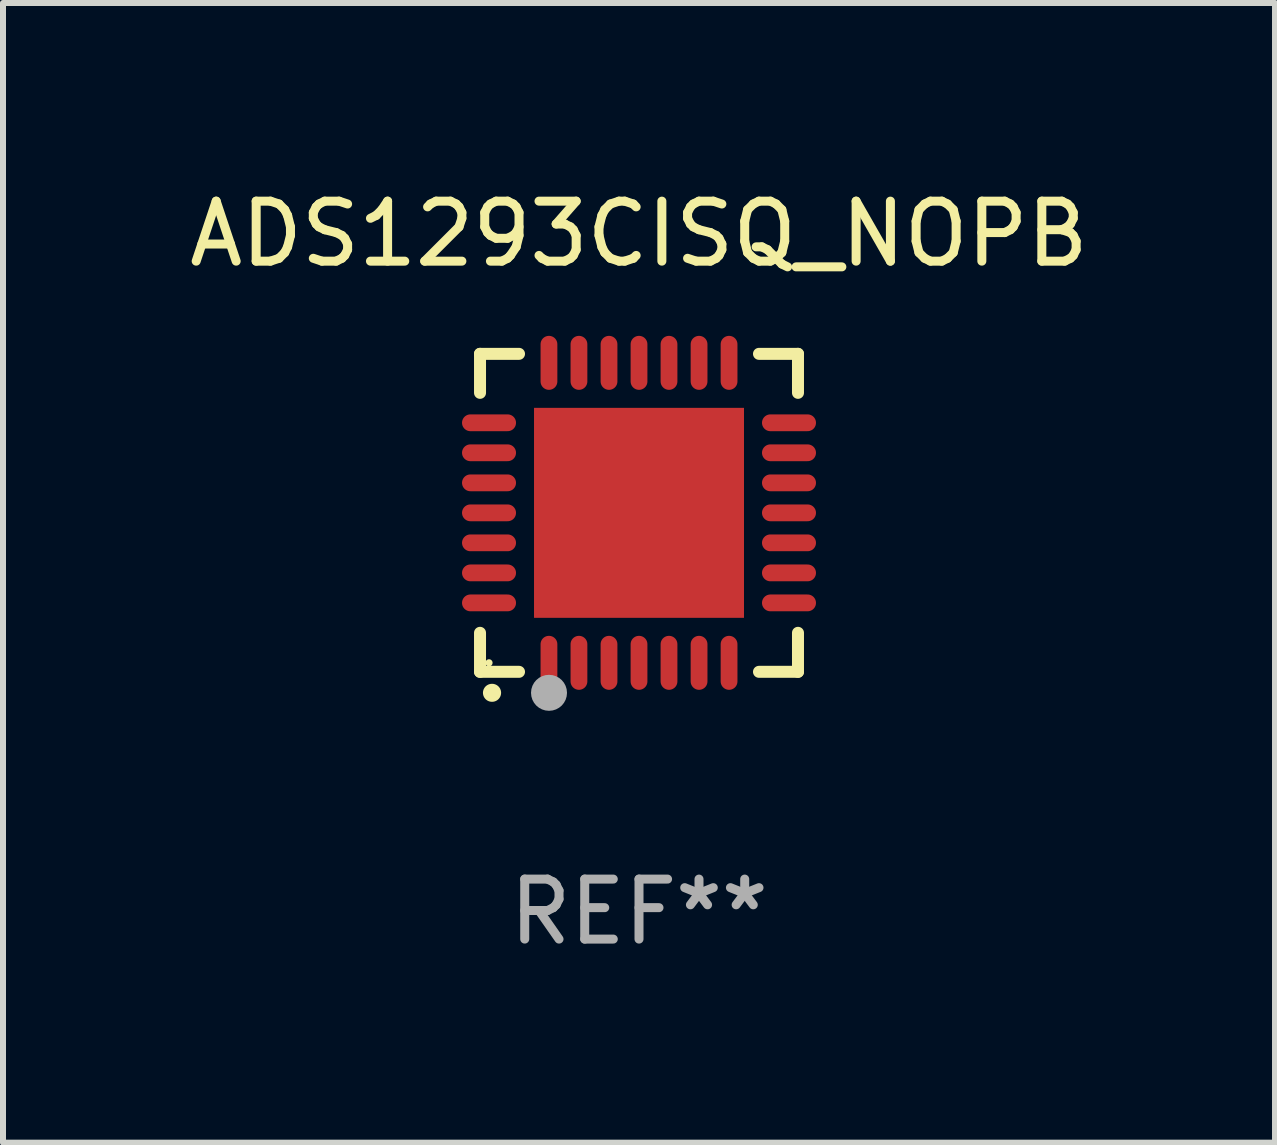
<source format=kicad_pcb>
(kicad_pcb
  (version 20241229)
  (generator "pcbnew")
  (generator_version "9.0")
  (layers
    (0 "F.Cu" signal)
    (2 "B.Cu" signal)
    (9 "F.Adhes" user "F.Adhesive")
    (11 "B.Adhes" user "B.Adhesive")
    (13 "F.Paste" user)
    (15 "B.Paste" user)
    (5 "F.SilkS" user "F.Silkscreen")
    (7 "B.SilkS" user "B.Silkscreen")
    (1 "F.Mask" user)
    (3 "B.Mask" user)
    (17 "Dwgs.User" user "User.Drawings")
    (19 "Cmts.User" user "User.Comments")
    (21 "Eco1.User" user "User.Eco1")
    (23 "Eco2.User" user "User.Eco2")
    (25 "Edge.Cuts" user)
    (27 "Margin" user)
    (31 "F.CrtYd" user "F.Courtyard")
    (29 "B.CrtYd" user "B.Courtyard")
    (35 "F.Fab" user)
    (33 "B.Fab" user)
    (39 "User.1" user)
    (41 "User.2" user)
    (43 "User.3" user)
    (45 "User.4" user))
  (footprint "ADS1293CISQ_NOPB"
    (layer "F.Cu")
    (at 7.601 5.498)
    (property "Reference" "ADS1293CISQ_NOPB" (at 0 -4.65 0) (layer "F.SilkS") (effects (font (size 1 1) (thickness 0.15))))
    (attr through_hole)
    (fp_line (start -2.65 -2.65) (end -2.65 -2) (stroke (width 0.2) (type solid)) (layer "F.SilkS"))
    (fp_line (start -2.65 2.65) (end -2.65 2) (stroke (width 0.2) (type solid)) (layer "F.SilkS"))
    (fp_line (start -2 -2.65) (end -2.65 -2.65) (stroke (width 0.2) (type solid)) (layer "F.SilkS"))
    (fp_line (start -2 2.65) (end -2.65 2.65) (stroke (width 0.2) (type solid)) (layer "F.SilkS"))
    (fp_line (start 2 2.65) (end 2.65 2.65) (stroke (width 0.2) (type solid)) (layer "F.SilkS"))
    (fp_line (start 2.65 -2.65) (end 2 -2.65) (stroke (width 0.2) (type solid)) (layer "F.SilkS"))
    (fp_line (start 2.65 -2) (end 2.65 -2.65) (stroke (width 0.2) (type solid)) (layer "F.SilkS"))
    (fp_line (start 2.65 2.65) (end 2.65 2) (stroke (width 0.2) (type solid)) (layer "F.SilkS"))
    (fp_arc (start -2.451105 2.999746) (mid -2.449835 2.999741) (end -2.448565 2.999746) (stroke (width 0.3) (type solid)) (layer "F.SilkS"))
    (fp_circle (center -2.5 2.5) (end -2.47 2.5) (stroke (width 0.06) (type solid)) (fill no) (layer "F.SilkS"))
    (fp_circle (center -1.5 3) (end -1.35 3) (stroke (width 0.3) (type solid)) (fill no) (layer "F.Fab"))
    (fp_text user "REF**" (at 0 6.65 0) (layer "F.Fab") (effects (font (size 1 1) (thickness 0.15))))
    (pad "1" smd oval (at -1.501 2.5 180) (size 0.28 0.9) (layers "F.Cu" "F.Mask" "F.Paste"))
    (pad "2" smd oval (at -1.001 2.5 180) (size 0.28 0.9) (layers "F.Cu" "F.Mask" "F.Paste"))
    (pad "3" smd oval (at -0.5 2.5 180) (size 0.28 0.9) (layers "F.Cu" "F.Mask" "F.Paste"))
    (pad "4" smd oval (at 0.000076 2.5 180) (size 0.28 0.9) (layers "F.Cu" "F.Mask" "F.Paste"))
    (pad "5" smd oval (at 0.5 2.5 180) (size 0.28 0.9) (layers "F.Cu" "F.Mask" "F.Paste"))
    (pad "6" smd oval (at 1.001 2.5 180) (size 0.28 0.9) (layers "F.Cu" "F.Mask" "F.Paste"))
    (pad "7" smd oval (at 1.501 2.5 180) (size 0.28 0.9) (layers "F.Cu" "F.Mask" "F.Paste"))
    (pad "8" smd oval (at 2.5 1.501 90) (size 0.28 0.9) (layers "F.Cu" "F.Mask" "F.Paste"))
    (pad "9" smd oval (at 2.5 1.001 90) (size 0.28 0.9) (layers "F.Cu" "F.Mask" "F.Paste"))
    (pad "10" smd oval (at 2.5 0.5 90) (size 0.28 0.9) (layers "F.Cu" "F.Mask" "F.Paste"))
    (pad "11" smd oval (at 2.5 0.000076 90) (size 0.28 0.9) (layers "F.Cu" "F.Mask" "F.Paste"))
    (pad "12" smd oval (at 2.5 -0.5 90) (size 0.28 0.9) (layers "F.Cu" "F.Mask" "F.Paste"))
    (pad "13" smd oval (at 2.5 -1.001 90) (size 0.28 0.9) (layers "F.Cu" "F.Mask" "F.Paste"))
    (pad "14" smd oval (at 2.5 -1.501 90) (size 0.28 0.9) (layers "F.Cu" "F.Mask" "F.Paste"))
    (pad "15" smd oval (at 1.501 -2.5 180) (size 0.28 0.9) (layers "F.Cu" "F.Mask" "F.Paste"))
    (pad "16" smd oval (at 1.001 -2.5 180) (size 0.28 0.9) (layers "F.Cu" "F.Mask" "F.Paste"))
    (pad "17" smd oval (at 0.5 -2.5 180) (size 0.28 0.9) (layers "F.Cu" "F.Mask" "F.Paste"))
    (pad "18" smd oval (at 0.000076 -2.5 180) (size 0.28 0.9) (layers "F.Cu" "F.Mask" "F.Paste"))
    (pad "19" smd oval (at -0.5 -2.5 180) (size 0.28 0.9) (layers "F.Cu" "F.Mask" "F.Paste"))
    (pad "20" smd oval (at -1.001 -2.5 180) (size 0.28 0.9) (layers "F.Cu" "F.Mask" "F.Paste"))
    (pad "21" smd oval (at -1.501 -2.5 180) (size 0.28 0.9) (layers "F.Cu" "F.Mask" "F.Paste"))
    (pad "22" smd oval (at -2.5 -1.501 90) (size 0.28 0.9) (layers "F.Cu" "F.Mask" "F.Paste"))
    (pad "23" smd oval (at -2.5 -1.001 90) (size 0.28 0.9) (layers "F.Cu" "F.Mask" "F.Paste"))
    (pad "24" smd oval (at -2.5 -0.5 90) (size 0.28 0.9) (layers "F.Cu" "F.Mask" "F.Paste"))
    (pad "25" smd oval (at -2.5 0.000076 90) (size 0.28 0.9) (layers "F.Cu" "F.Mask" "F.Paste"))
    (pad "26" smd oval (at -2.5 0.5 90) (size 0.28 0.9) (layers "F.Cu" "F.Mask" "F.Paste"))
    (pad "27" smd oval (at -2.5 1.001 90) (size 0.28 0.9) (layers "F.Cu" "F.Mask" "F.Paste"))
    (pad "28" smd oval (at -2.5 1.501 90) (size 0.28 0.9) (layers "F.Cu" "F.Mask" "F.Paste"))
    (pad "29" smd rect (at 0.000076 0.000076 90) (size 3.5 3.5) (layers "F.Cu" "F.Mask" "F.Paste")))
  (gr_rect
    (start -3 -3)
    (end 18.202 15.996)
    (stroke (width 0.1) (type default))
    (fill no)
    (layer "Edge.Cuts")))
</source>
